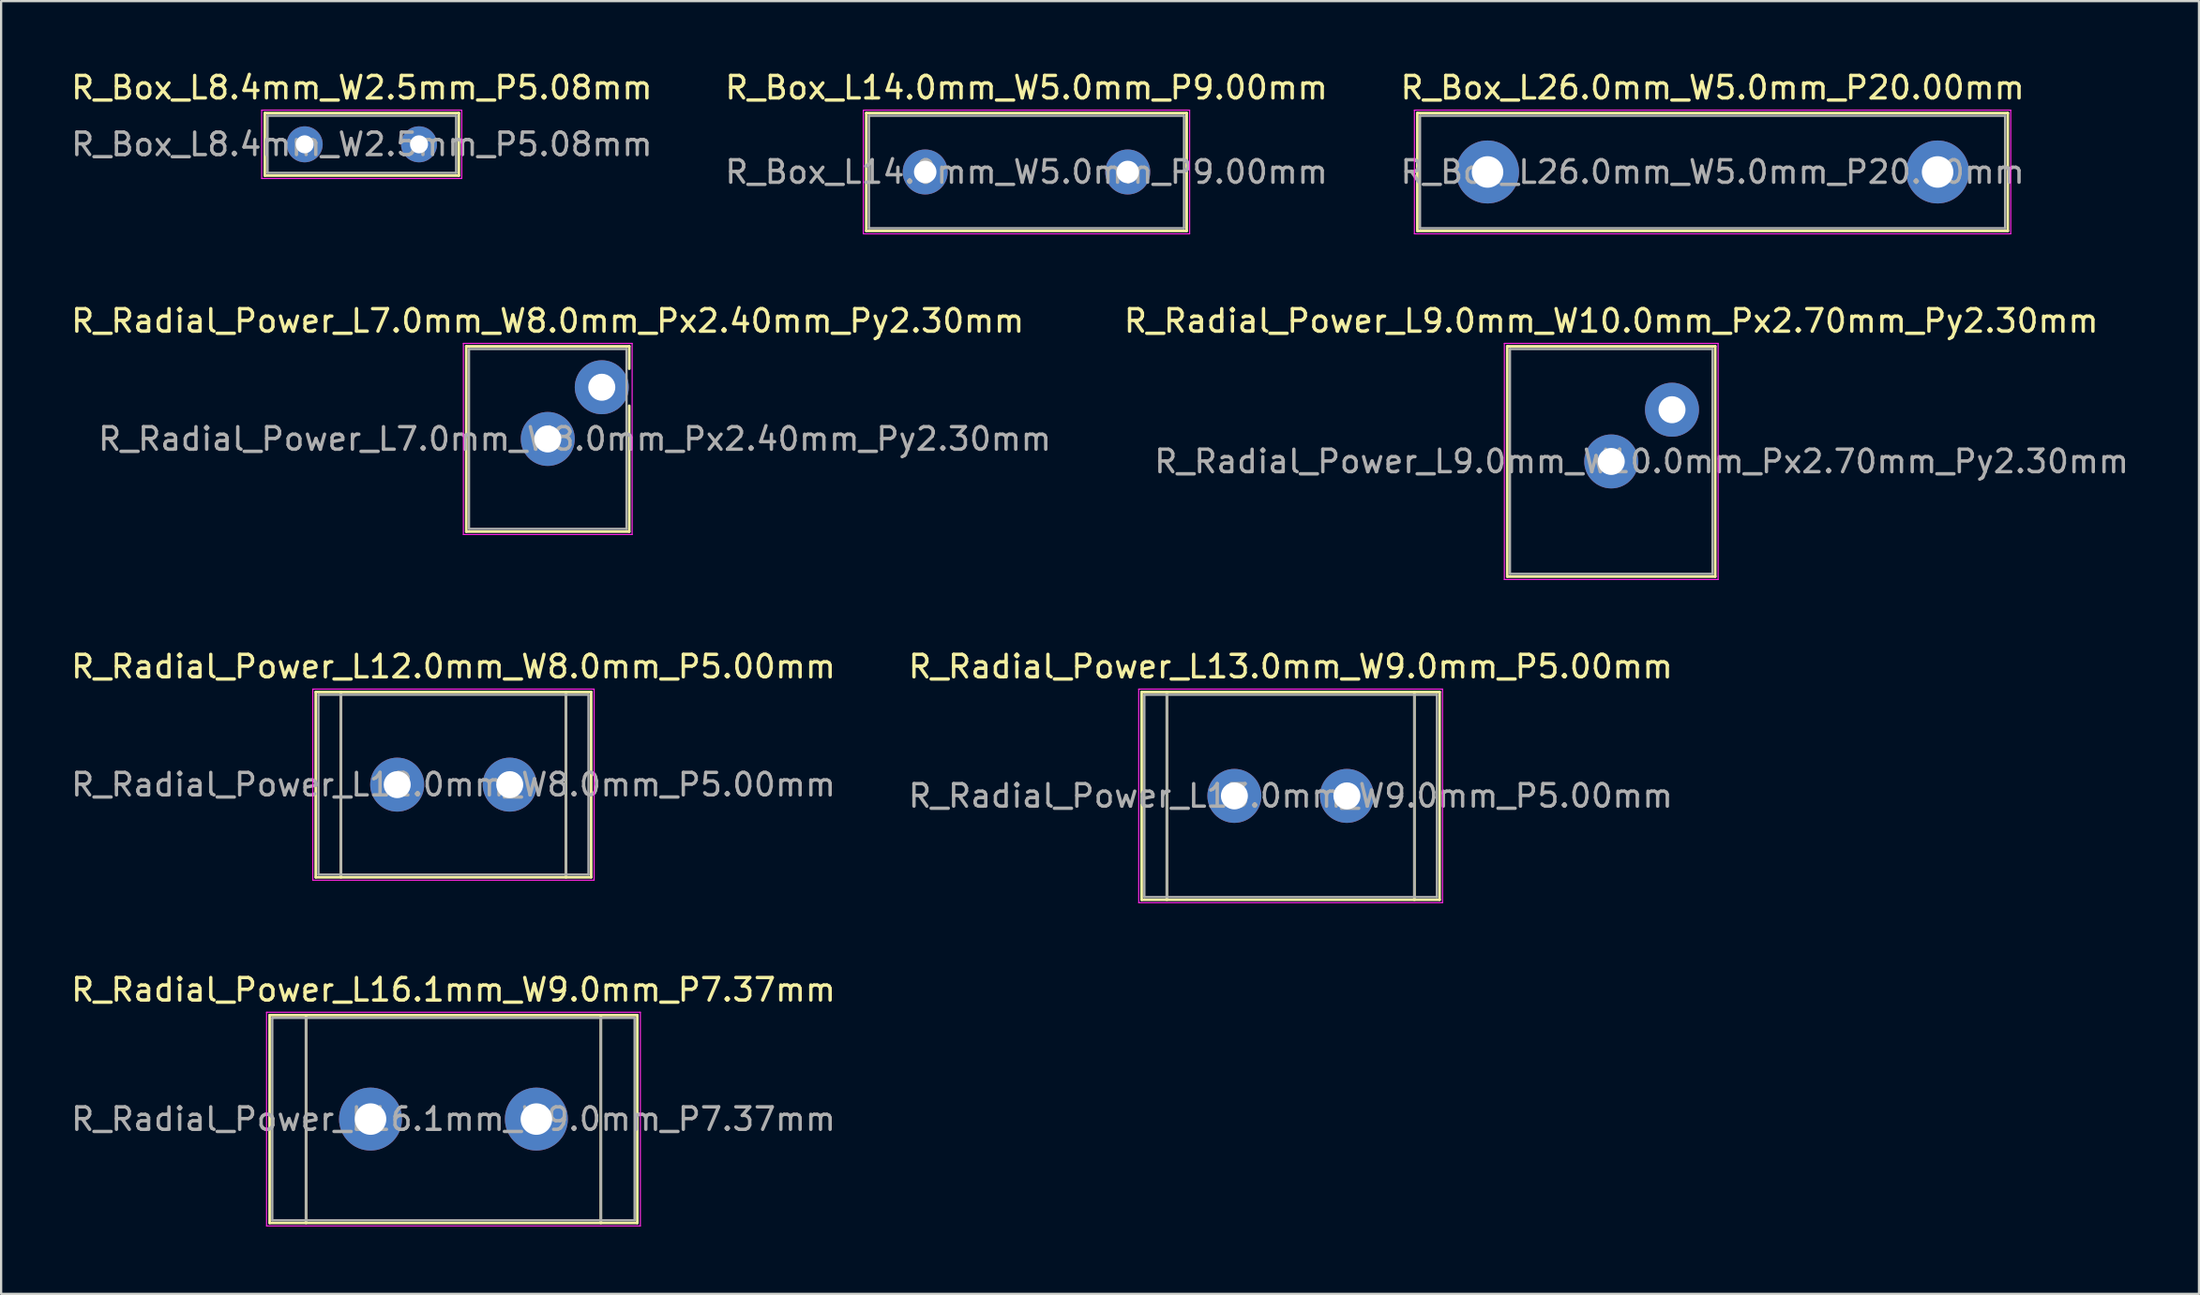
<source format=kicad_pcb>
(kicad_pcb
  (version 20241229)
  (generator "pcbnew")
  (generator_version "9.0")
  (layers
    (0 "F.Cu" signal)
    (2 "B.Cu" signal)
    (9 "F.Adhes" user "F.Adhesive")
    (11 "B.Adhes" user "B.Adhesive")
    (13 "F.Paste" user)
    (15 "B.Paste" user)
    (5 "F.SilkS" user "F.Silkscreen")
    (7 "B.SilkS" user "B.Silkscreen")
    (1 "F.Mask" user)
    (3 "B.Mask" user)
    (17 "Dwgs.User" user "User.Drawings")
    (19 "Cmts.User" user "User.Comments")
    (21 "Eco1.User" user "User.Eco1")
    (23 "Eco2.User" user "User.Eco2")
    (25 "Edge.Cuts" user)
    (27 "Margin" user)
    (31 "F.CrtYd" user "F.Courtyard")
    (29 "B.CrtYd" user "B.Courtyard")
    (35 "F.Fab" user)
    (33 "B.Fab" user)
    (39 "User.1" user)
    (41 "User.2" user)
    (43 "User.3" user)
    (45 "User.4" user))
  (footprint "R_Radial_Power_L9.0mm_W10.0mm_Px2.70mm_Py2.30mm"
    (layer "F.Cu")
    (at 68.551 17.471)
    (property "Reference" "R_Radial_Power_L9.0mm_W10.0mm_Px2.70mm_Py2.30mm" (at 0 -6.25 0) (layer "F.SilkS") (effects (font (size 1 1) (thickness 0.15))))
    (attr through_hole)
    (fp_line (start -4.62 -5.12) (end -4.62 5.12) (stroke (width 0.12) (type solid)) (layer "F.SilkS"))
    (fp_line (start -4.62 -5.12) (end 4.62 -5.12) (stroke (width 0.12) (type solid)) (layer "F.SilkS"))
    (fp_line (start -4.62 5.12) (end 4.62 5.12) (stroke (width 0.12) (type solid)) (layer "F.SilkS"))
    (fp_line (start 4.62 -5.12) (end 4.62 5.12) (stroke (width 0.12) (type solid)) (layer "F.SilkS"))
    (fp_line (start -4.75 -5.25) (end -4.75 5.25) (stroke (width 0.05) (type solid)) (layer "F.CrtYd"))
    (fp_line (start -4.75 5.25) (end 4.75 5.25) (stroke (width 0.05) (type solid)) (layer "F.CrtYd"))
    (fp_line (start 4.75 -5.25) (end -4.75 -5.25) (stroke (width 0.05) (type solid)) (layer "F.CrtYd"))
    (fp_line (start 4.75 5.25) (end 4.75 -5.25) (stroke (width 0.05) (type solid)) (layer "F.CrtYd"))
    (fp_line (start -4.5 -5) (end -4.5 5) (stroke (width 0.1) (type solid)) (layer "F.Fab"))
    (fp_line (start -4.5 5) (end 4.5 5) (stroke (width 0.1) (type solid)) (layer "F.Fab"))
    (fp_line (start 4.5 -5) (end -4.5 -5) (stroke (width 0.1) (type solid)) (layer "F.Fab"))
    (fp_line (start 4.5 5) (end 4.5 -5) (stroke (width 0.1) (type solid)) (layer "F.Fab"))
    (fp_text user "${REFERENCE}" (at 1.35 0 0) (layer "F.Fab") (effects (font (size 1 1) (thickness 0.15))))
    (pad "1" thru_hole circle (at 0 0) (size 2.4 2.4) (drill 1.2) (layers "*.Cu" "*.Mask"))
    (pad "2" thru_hole circle (at 2.7 -2.3) (size 2.4 2.4) (drill 1.2) (layers "*.Cu" "*.Mask")))
  (footprint "R_Box_L14.0mm_W5.0mm_P9.00mm"
    (layer "F.Cu")
    (at 38.065 4.598)
    (property "Reference" "R_Box_L14.0mm_W5.0mm_P9.00mm" (at 4.5 -3.75 0) (layer "F.SilkS") (effects (font (size 1 1) (thickness 0.15))))
    (attr through_hole)
    (fp_line (start -2.62 -2.62) (end -2.62 2.62) (stroke (width 0.12) (type solid)) (layer "F.SilkS"))
    (fp_line (start -2.62 -2.62) (end 11.62 -2.62) (stroke (width 0.12) (type solid)) (layer "F.SilkS"))
    (fp_line (start -2.62 2.62) (end 11.62 2.62) (stroke (width 0.12) (type solid)) (layer "F.SilkS"))
    (fp_line (start 11.62 -2.62) (end 11.62 2.62) (stroke (width 0.12) (type solid)) (layer "F.SilkS"))
    (fp_line (start -2.75 -2.75) (end -2.75 2.75) (stroke (width 0.05) (type solid)) (layer "F.CrtYd"))
    (fp_line (start -2.75 2.75) (end 11.75 2.75) (stroke (width 0.05) (type solid)) (layer "F.CrtYd"))
    (fp_line (start 11.75 -2.75) (end -2.75 -2.75) (stroke (width 0.05) (type solid)) (layer "F.CrtYd"))
    (fp_line (start 11.75 2.75) (end 11.75 -2.75) (stroke (width 0.05) (type solid)) (layer "F.CrtYd"))
    (fp_line (start -2.5 -2.5) (end -2.5 2.5) (stroke (width 0.1) (type solid)) (layer "F.Fab"))
    (fp_line (start -2.5 2.5) (end 11.5 2.5) (stroke (width 0.1) (type solid)) (layer "F.Fab"))
    (fp_line (start 11.5 -2.5) (end -2.5 -2.5) (stroke (width 0.1) (type solid)) (layer "F.Fab"))
    (fp_line (start 11.5 2.5) (end 11.5 -2.5) (stroke (width 0.1) (type solid)) (layer "F.Fab"))
    (fp_text user "${REFERENCE}" (at 4.5 0 0) (layer "F.Fab") (effects (font (size 1 1) (thickness 0.15))))
    (pad "1" thru_hole circle (at 0 0) (size 2 2) (drill 1) (layers "*.Cu" "*.Mask"))
    (pad "2" thru_hole circle (at 9 0) (size 2 2) (drill 1) (layers "*.Cu" "*.Mask")))
  (footprint "R_Radial_Power_L7.0mm_W8.0mm_Px2.40mm_Py2.30mm"
    (layer "F.Cu")
    (at 21.292 16.471)
    (property "Reference" "R_Radial_Power_L7.0mm_W8.0mm_Px2.40mm_Py2.30mm" (at 0 -5.25 0) (layer "F.SilkS") (effects (font (size 1 1) (thickness 0.15))))
    (attr through_hole)
    (fp_line (start -3.62 -4.12) (end -3.62 4.12) (stroke (width 0.12) (type solid)) (layer "F.SilkS"))
    (fp_line (start -3.62 -4.12) (end 3.62 -4.12) (stroke (width 0.12) (type solid)) (layer "F.SilkS"))
    (fp_line (start -3.62 4.12) (end 3.62 4.12) (stroke (width 0.12) (type solid)) (layer "F.SilkS"))
    (fp_line (start 3.62 -4.12) (end 3.62 -3.125) (stroke (width 0.12) (type solid)) (layer "F.SilkS"))
    (fp_line (start 3.62 -1.475) (end 3.62 4.12) (stroke (width 0.12) (type solid)) (layer "F.SilkS"))
    (fp_line (start -3.75 -4.25) (end -3.75 4.25) (stroke (width 0.05) (type solid)) (layer "F.CrtYd"))
    (fp_line (start -3.75 4.25) (end 3.75 4.25) (stroke (width 0.05) (type solid)) (layer "F.CrtYd"))
    (fp_line (start 3.75 -4.25) (end -3.75 -4.25) (stroke (width 0.05) (type solid)) (layer "F.CrtYd"))
    (fp_line (start 3.75 4.25) (end 3.75 -4.25) (stroke (width 0.05) (type solid)) (layer "F.CrtYd"))
    (fp_line (start -3.5 -4) (end -3.5 4) (stroke (width 0.1) (type solid)) (layer "F.Fab"))
    (fp_line (start -3.5 4) (end 3.5 4) (stroke (width 0.1) (type solid)) (layer "F.Fab"))
    (fp_line (start 3.5 -4) (end -3.5 -4) (stroke (width 0.1) (type solid)) (layer "F.Fab"))
    (fp_line (start 3.5 4) (end 3.5 -4) (stroke (width 0.1) (type solid)) (layer "F.Fab"))
    (fp_text user "${REFERENCE}" (at 1.2 0 0) (layer "F.Fab") (effects (font (size 1 1) (thickness 0.15))))
    (pad "1" thru_hole circle (at 0 0) (size 2.4 2.4) (drill 1.2) (layers "*.Cu" "*.Mask"))
    (pad "2" thru_hole circle (at 2.4 -2.3) (size 2.4 2.4) (drill 1.2) (layers "*.Cu" "*.Mask")))
  (footprint "R_Radial_Power_L13.0mm_W9.0mm_P5.00mm"
    (layer "F.Cu")
    (at 51.804 32.345)
    (property "Reference" "R_Radial_Power_L13.0mm_W9.0mm_P5.00mm" (at 2.5 -5.75 0) (layer "F.SilkS") (effects (font (size 1 1) (thickness 0.15))))
    (attr through_hole)
    (fp_line (start -4.12 -4.62) (end -4.12 4.62) (stroke (width 0.12) (type solid)) (layer "F.SilkS"))
    (fp_line (start -4.12 -4.62) (end 9.12 -4.62) (stroke (width 0.12) (type solid)) (layer "F.SilkS"))
    (fp_line (start -4.12 4.62) (end 9.12 4.62) (stroke (width 0.12) (type solid)) (layer "F.SilkS"))
    (fp_line (start -3 -4.62) (end -3 4.62) (stroke (width 0.12) (type solid)) (layer "F.SilkS"))
    (fp_line (start 8 -4.62) (end 8 4.62) (stroke (width 0.12) (type solid)) (layer "F.SilkS"))
    (fp_line (start 9.12 -4.62) (end 9.12 4.62) (stroke (width 0.12) (type solid)) (layer "F.SilkS"))
    (fp_line (start -4.25 -4.75) (end -4.25 4.75) (stroke (width 0.05) (type solid)) (layer "F.CrtYd"))
    (fp_line (start -4.25 4.75) (end 9.25 4.75) (stroke (width 0.05) (type solid)) (layer "F.CrtYd"))
    (fp_line (start 9.25 -4.75) (end -4.25 -4.75) (stroke (width 0.05) (type solid)) (layer "F.CrtYd"))
    (fp_line (start 9.25 4.75) (end 9.25 -4.75) (stroke (width 0.05) (type solid)) (layer "F.CrtYd"))
    (fp_line (start -4 -4.5) (end -4 4.5) (stroke (width 0.1) (type solid)) (layer "F.Fab"))
    (fp_line (start -4 4.5) (end 9 4.5) (stroke (width 0.1) (type solid)) (layer "F.Fab"))
    (fp_line (start -3 -4.5) (end -3 4.5) (stroke (width 0.1) (type solid)) (layer "F.Fab"))
    (fp_line (start 8 -4.5) (end 8 4.5) (stroke (width 0.1) (type solid)) (layer "F.Fab"))
    (fp_line (start 9 -4.5) (end -4 -4.5) (stroke (width 0.1) (type solid)) (layer "F.Fab"))
    (fp_line (start 9 4.5) (end 9 -4.5) (stroke (width 0.1) (type solid)) (layer "F.Fab"))
    (fp_text user "${REFERENCE}" (at 2.5 0 0) (layer "F.Fab") (effects (font (size 1 1) (thickness 0.15))))
    (pad "1" thru_hole circle (at 0 0) (size 2.4 2.4) (drill 1.2) (layers "*.Cu" "*.Mask"))
    (pad "2" thru_hole circle (at 5 0) (size 2.4 2.4) (drill 1.2) (layers "*.Cu" "*.Mask")))
  (footprint "R_Radial_Power_L16.1mm_W9.0mm_P7.37mm"
    (layer "F.Cu")
    (at 13.416 46.718)
    (property "Reference" "R_Radial_Power_L16.1mm_W9.0mm_P7.37mm" (at 3.685 -5.75 0) (layer "F.SilkS") (effects (font (size 1 1) (thickness 0.15))))
    (attr through_hole)
    (fp_line (start -4.485 -4.62) (end -4.485 4.62) (stroke (width 0.12) (type solid)) (layer "F.SilkS"))
    (fp_line (start -4.485 -4.62) (end 11.855 -4.62) (stroke (width 0.12) (type solid)) (layer "F.SilkS"))
    (fp_line (start -4.485 4.62) (end 11.855 4.62) (stroke (width 0.12) (type solid)) (layer "F.SilkS"))
    (fp_line (start -2.866 -4.62) (end -2.866 4.62) (stroke (width 0.12) (type solid)) (layer "F.SilkS"))
    (fp_line (start 10.236 -4.62) (end 10.236 4.62) (stroke (width 0.12) (type solid)) (layer "F.SilkS"))
    (fp_line (start 11.855 -4.62) (end 11.855 4.62) (stroke (width 0.12) (type solid)) (layer "F.SilkS"))
    (fp_line (start -4.62 -4.75) (end -4.62 4.75) (stroke (width 0.05) (type solid)) (layer "F.CrtYd"))
    (fp_line (start -4.62 4.75) (end 11.99 4.75) (stroke (width 0.05) (type solid)) (layer "F.CrtYd"))
    (fp_line (start 11.99 -4.75) (end -4.62 -4.75) (stroke (width 0.05) (type solid)) (layer "F.CrtYd"))
    (fp_line (start 11.99 4.75) (end 11.99 -4.75) (stroke (width 0.05) (type solid)) (layer "F.CrtYd"))
    (fp_line (start -4.365 -4.5) (end -4.365 4.5) (stroke (width 0.1) (type solid)) (layer "F.Fab"))
    (fp_line (start -4.365 4.5) (end 11.735 4.5) (stroke (width 0.1) (type solid)) (layer "F.Fab"))
    (fp_line (start -2.865 -4.5) (end -2.865 4.5) (stroke (width 0.1) (type solid)) (layer "F.Fab"))
    (fp_line (start 10.235 -4.5) (end 10.235 4.5) (stroke (width 0.1) (type solid)) (layer "F.Fab"))
    (fp_line (start 11.735 -4.5) (end -4.365 -4.5) (stroke (width 0.1) (type solid)) (layer "F.Fab"))
    (fp_line (start 11.735 4.5) (end 11.735 -4.5) (stroke (width 0.1) (type solid)) (layer "F.Fab"))
    (fp_text user "${REFERENCE}" (at 3.685 0 0) (layer "F.Fab") (effects (font (size 1 1) (thickness 0.15))))
    (pad "1" thru_hole circle (at 0 0) (size 2.8 2.8) (drill 1.4) (layers "*.Cu" "*.Mask"))
    (pad "2" thru_hole circle (at 7.37 0) (size 2.8 2.8) (drill 1.4) (layers "*.Cu" "*.Mask")))
  (footprint "R_Radial_Power_L12.0mm_W8.0mm_P5.00mm"
    (layer "F.Cu")
    (at 14.601 31.845)
    (property "Reference" "R_Radial_Power_L12.0mm_W8.0mm_P5.00mm" (at 2.5 -5.25 0) (layer "F.SilkS") (effects (font (size 1 1) (thickness 0.15))))
    (attr through_hole)
    (fp_line (start -3.62 -4.12) (end -3.62 4.12) (stroke (width 0.12) (type solid)) (layer "F.SilkS"))
    (fp_line (start -3.62 -4.12) (end 8.62 -4.12) (stroke (width 0.12) (type solid)) (layer "F.SilkS"))
    (fp_line (start -3.62 4.12) (end 8.62 4.12) (stroke (width 0.12) (type solid)) (layer "F.SilkS"))
    (fp_line (start -2.5 -4.12) (end -2.5 4.12) (stroke (width 0.12) (type solid)) (layer "F.SilkS"))
    (fp_line (start 7.5 -4.12) (end 7.5 4.12) (stroke (width 0.12) (type solid)) (layer "F.SilkS"))
    (fp_line (start 8.62 -4.12) (end 8.62 4.12) (stroke (width 0.12) (type solid)) (layer "F.SilkS"))
    (fp_line (start -3.75 -4.25) (end -3.75 4.25) (stroke (width 0.05) (type solid)) (layer "F.CrtYd"))
    (fp_line (start -3.75 4.25) (end 8.75 4.25) (stroke (width 0.05) (type solid)) (layer "F.CrtYd"))
    (fp_line (start 8.75 -4.25) (end -3.75 -4.25) (stroke (width 0.05) (type solid)) (layer "F.CrtYd"))
    (fp_line (start 8.75 4.25) (end 8.75 -4.25) (stroke (width 0.05) (type solid)) (layer "F.CrtYd"))
    (fp_line (start -3.5 -4) (end -3.5 4) (stroke (width 0.1) (type solid)) (layer "F.Fab"))
    (fp_line (start -3.5 4) (end 8.5 4) (stroke (width 0.1) (type solid)) (layer "F.Fab"))
    (fp_line (start -2.5 -4) (end -2.5 4) (stroke (width 0.1) (type solid)) (layer "F.Fab"))
    (fp_line (start 7.5 -4) (end 7.5 4) (stroke (width 0.1) (type solid)) (layer "F.Fab"))
    (fp_line (start 8.5 -4) (end -3.5 -4) (stroke (width 0.1) (type solid)) (layer "F.Fab"))
    (fp_line (start 8.5 4) (end 8.5 -4) (stroke (width 0.1) (type solid)) (layer "F.Fab"))
    (fp_text user "${REFERENCE}" (at 2.5 0 0) (layer "F.Fab") (effects (font (size 1 1) (thickness 0.15))))
    (pad "1" thru_hole circle (at 0 0) (size 2.4 2.4) (drill 1.2) (layers "*.Cu" "*.Mask"))
    (pad "2" thru_hole circle (at 5 0) (size 2.4 2.4) (drill 1.2) (layers "*.Cu" "*.Mask")))
  (footprint "R_Box_L26.0mm_W5.0mm_P20.00mm"
    (layer "F.Cu")
    (at 63.054 4.598)
    (property "Reference" "R_Box_L26.0mm_W5.0mm_P20.00mm" (at 10 -3.75 0) (layer "F.SilkS") (effects (font (size 1 1) (thickness 0.15))))
    (attr through_hole)
    (fp_line (start -3.12 -2.62) (end -3.12 2.62) (stroke (width 0.12) (type solid)) (layer "F.SilkS"))
    (fp_line (start -3.12 -2.62) (end 23.12 -2.62) (stroke (width 0.12) (type solid)) (layer "F.SilkS"))
    (fp_line (start -3.12 2.62) (end 23.12 2.62) (stroke (width 0.12) (type solid)) (layer "F.SilkS"))
    (fp_line (start 23.12 -2.62) (end 23.12 2.62) (stroke (width 0.12) (type solid)) (layer "F.SilkS"))
    (fp_line (start -3.25 -2.75) (end -3.25 2.75) (stroke (width 0.05) (type solid)) (layer "F.CrtYd"))
    (fp_line (start -3.25 2.75) (end 23.25 2.75) (stroke (width 0.05) (type solid)) (layer "F.CrtYd"))
    (fp_line (start 23.25 -2.75) (end -3.25 -2.75) (stroke (width 0.05) (type solid)) (layer "F.CrtYd"))
    (fp_line (start 23.25 2.75) (end 23.25 -2.75) (stroke (width 0.05) (type solid)) (layer "F.CrtYd"))
    (fp_line (start -3 -2.5) (end -3 2.5) (stroke (width 0.1) (type solid)) (layer "F.Fab"))
    (fp_line (start -3 2.5) (end 23 2.5) (stroke (width 0.1) (type solid)) (layer "F.Fab"))
    (fp_line (start 23 -2.5) (end -3 -2.5) (stroke (width 0.1) (type solid)) (layer "F.Fab"))
    (fp_line (start 23 2.5) (end 23 -2.5) (stroke (width 0.1) (type solid)) (layer "F.Fab"))
    (fp_text user "${REFERENCE}" (at 10 0 0) (layer "F.Fab") (effects (font (size 1 1) (thickness 0.15))))
    (pad "1" thru_hole circle (at 0 0) (size 2.8 2.8) (drill 1.4) (layers "*.Cu" "*.Mask"))
    (pad "2" thru_hole circle (at 20 0) (size 2.8 2.8) (drill 1.4) (layers "*.Cu" "*.Mask")))
  (footprint "R_Box_L8.4mm_W2.5mm_P5.08mm"
    (layer "F.Cu")
    (at 10.49 3.368)
    (property "Reference" "R_Box_L8.4mm_W2.5mm_P5.08mm" (at 2.54 -2.52 0) (layer "F.SilkS") (effects (font (size 1 1) (thickness 0.15))))
    (attr through_hole)
    (fp_line (start -1.77 -1.39) (end -1.77 1.39) (stroke (width 0.12) (type solid)) (layer "F.SilkS"))
    (fp_line (start -1.77 -1.39) (end 6.85 -1.39) (stroke (width 0.12) (type solid)) (layer "F.SilkS"))
    (fp_line (start -1.77 1.39) (end 6.85 1.39) (stroke (width 0.12) (type solid)) (layer "F.SilkS"))
    (fp_line (start 6.85 -1.39) (end 6.85 1.39) (stroke (width 0.12) (type solid)) (layer "F.SilkS"))
    (fp_line (start -1.91 -1.52) (end -1.91 1.52) (stroke (width 0.05) (type solid)) (layer "F.CrtYd"))
    (fp_line (start -1.91 1.52) (end 6.98 1.52) (stroke (width 0.05) (type solid)) (layer "F.CrtYd"))
    (fp_line (start 6.98 -1.52) (end -1.91 -1.52) (stroke (width 0.05) (type solid)) (layer "F.CrtYd"))
    (fp_line (start 6.98 1.52) (end 6.98 -1.52) (stroke (width 0.05) (type solid)) (layer "F.CrtYd"))
    (fp_line (start -1.65 -1.27) (end -1.65 1.27) (stroke (width 0.1) (type solid)) (layer "F.Fab"))
    (fp_line (start -1.65 1.27) (end 6.73 1.27) (stroke (width 0.1) (type solid)) (layer "F.Fab"))
    (fp_line (start 6.73 -1.27) (end -1.65 -1.27) (stroke (width 0.1) (type solid)) (layer "F.Fab"))
    (fp_line (start 6.73 1.27) (end 6.73 -1.27) (stroke (width 0.1) (type solid)) (layer "F.Fab"))
    (fp_text user "${REFERENCE}" (at 2.54 0 0) (layer "F.Fab") (effects (font (size 1 1) (thickness 0.15))))
    (pad "1" thru_hole circle (at 0 0) (size 1.6 1.6) (drill 0.8) (layers "*.Cu" "*.Mask"))
    (pad "2" thru_hole circle (at 5.08 0) (size 1.6 1.6) (drill 0.8) (layers "*.Cu" "*.Mask")))
  (gr_rect
    (start -3 -3)
    (end 94.669 54.493)
    (stroke (width 0.1) (type default))
    (fill no)
    (layer "Edge.Cuts")))
</source>
